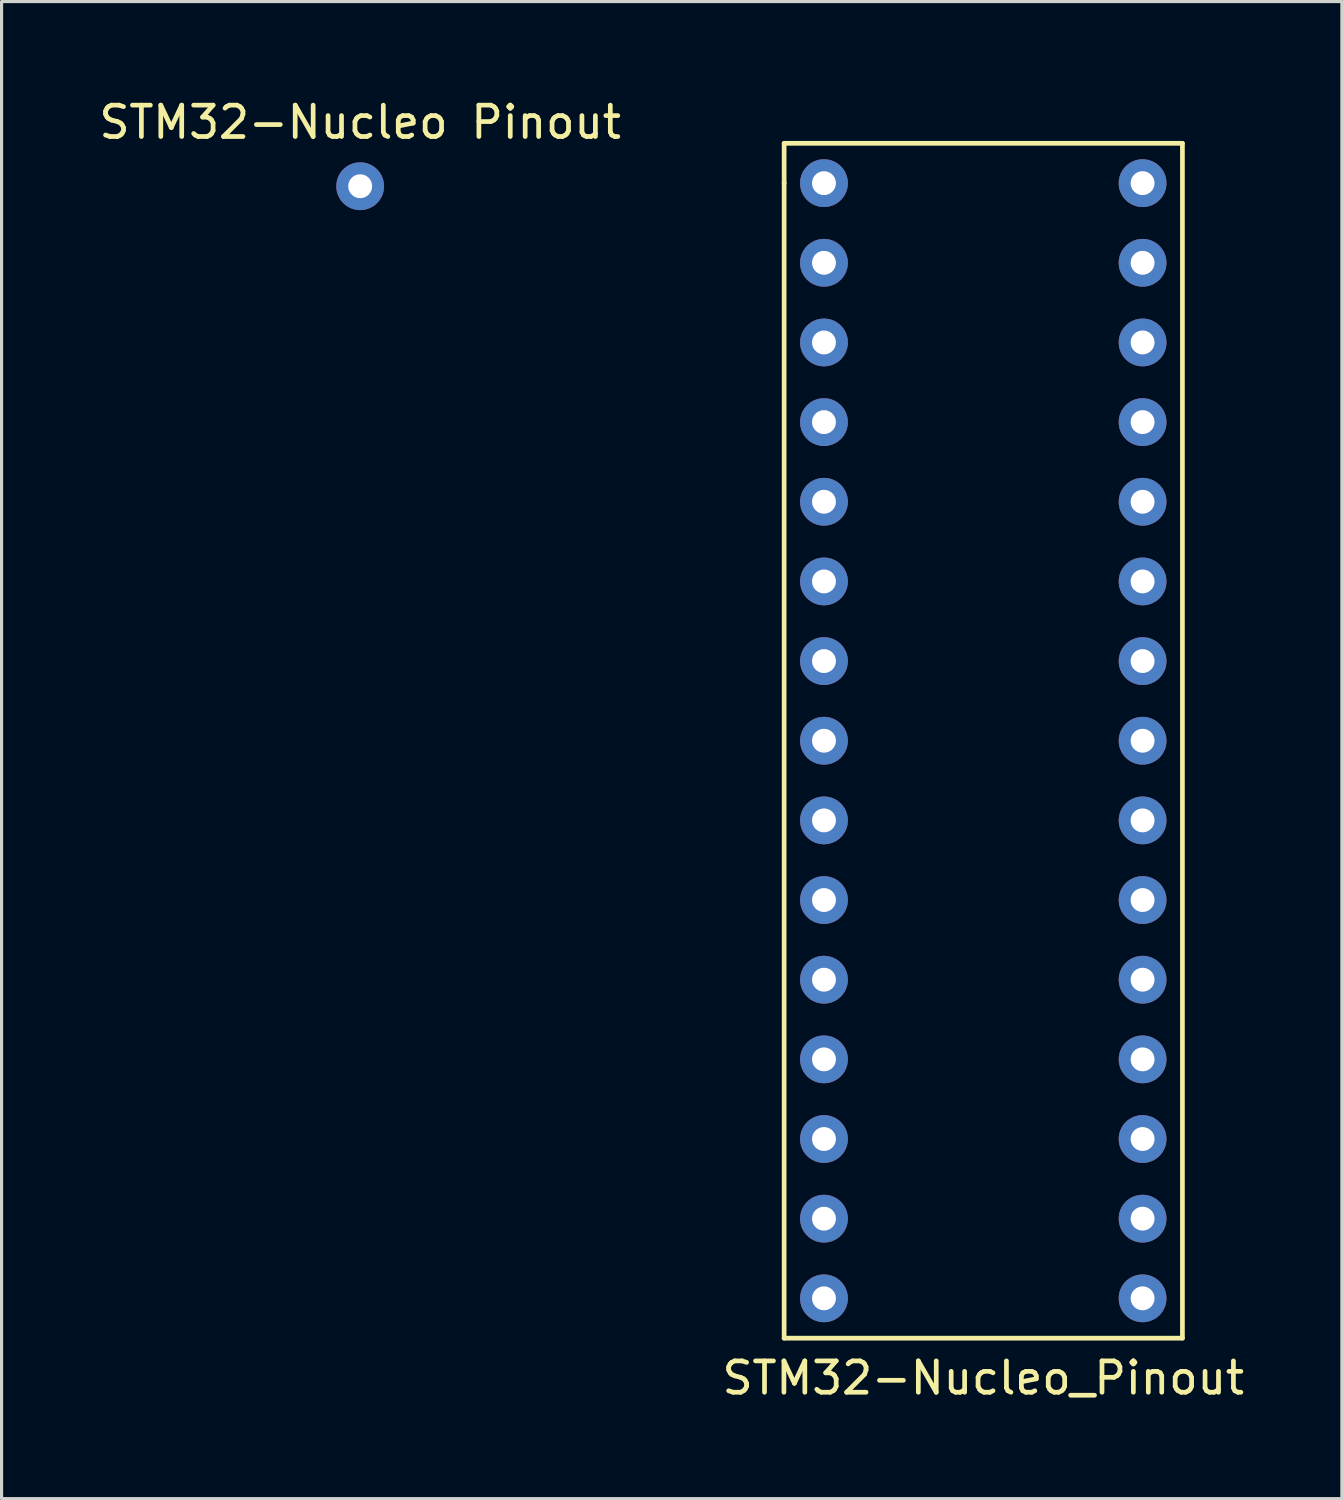
<source format=kicad_pcb>
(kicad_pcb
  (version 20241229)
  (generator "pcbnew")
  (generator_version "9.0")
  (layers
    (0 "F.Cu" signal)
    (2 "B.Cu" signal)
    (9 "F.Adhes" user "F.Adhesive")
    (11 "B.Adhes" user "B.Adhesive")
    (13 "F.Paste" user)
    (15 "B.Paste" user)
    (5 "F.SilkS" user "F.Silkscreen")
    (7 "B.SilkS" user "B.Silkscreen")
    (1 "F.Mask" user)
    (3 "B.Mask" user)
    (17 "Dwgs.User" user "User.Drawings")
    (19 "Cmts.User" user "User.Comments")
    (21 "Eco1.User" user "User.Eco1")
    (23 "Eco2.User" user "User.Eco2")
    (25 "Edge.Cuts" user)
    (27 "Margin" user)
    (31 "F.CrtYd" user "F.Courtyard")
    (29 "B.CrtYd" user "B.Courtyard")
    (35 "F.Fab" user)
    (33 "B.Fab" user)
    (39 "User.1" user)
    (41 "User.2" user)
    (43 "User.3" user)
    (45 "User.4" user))
  (footprint "STM32-Nucleo Pinout"
    (layer "F.Cu")
    (at 8.435 0.348)
    (property "Reference" "STM32-Nucleo Pinout" (at 0 0.5 0) (layer "F.SilkS") (effects (font (size 1 1) (thickness 0.15))))
    (attr through_hole)
    (pad "1" thru_hole circle (at 0 2.54) (size 1.524 1.524) (drill 0.762) (layers "*.Cu" "*.Mask")))
  (footprint "STM32-Nucleo_Pinout"
    (layer "F.Cu")
    (at 28.304 0.25)
    (property "Reference" "STM32-Nucleo_Pinout" (at 0 40.64 0) (layer "F.SilkS") (effects (font (size 1 1) (thickness 0.15))))
    (attr through_hole)
    (fp_line (start -6.35 1.27) (end 6.35 1.27) (stroke (width 0.15) (type solid)) (layer "F.SilkS"))
    (fp_line (start -6.35 2.54) (end -6.35 1.27) (stroke (width 0.15) (type solid)) (layer "F.SilkS"))
    (fp_line (start -6.35 2.54) (end -6.35 39.37) (stroke (width 0.15) (type solid)) (layer "F.SilkS"))
    (fp_line (start 6.35 1.27) (end 6.35 39.37) (stroke (width 0.15) (type solid)) (layer "F.SilkS"))
    (fp_line (start 6.35 39.37) (end -6.35 39.37) (stroke (width 0.15) (type solid)) (layer "F.SilkS"))
    (pad "1" thru_hole circle (at -5.08 2.54) (size 1.524 1.524) (drill 0.762) (layers "*.Cu" "*.Mask"))
    (pad "2" thru_hole circle (at -5.08 5.08) (size 1.524 1.524) (drill 0.762) (layers "*.Cu" "*.Mask"))
    (pad "3" thru_hole circle (at -5.08 7.62) (size 1.524 1.524) (drill 0.762) (layers "*.Cu" "*.Mask"))
    (pad "4" thru_hole circle (at -5.08 10.16) (size 1.524 1.524) (drill 0.762) (layers "*.Cu" "*.Mask"))
    (pad "5" thru_hole circle (at -5.08 12.7) (size 1.524 1.524) (drill 0.762) (layers "*.Cu" "*.Mask"))
    (pad "6" thru_hole circle (at -5.08 15.24) (size 1.524 1.524) (drill 0.762) (layers "*.Cu" "*.Mask"))
    (pad "7" thru_hole circle (at -5.08 17.78) (size 1.524 1.524) (drill 0.762) (layers "*.Cu" "*.Mask"))
    (pad "8" thru_hole circle (at -5.08 20.32) (size 1.524 1.524) (drill 0.762) (layers "*.Cu" "*.Mask"))
    (pad "9" thru_hole circle (at -5.08 22.86) (size 1.524 1.524) (drill 0.762) (layers "*.Cu" "*.Mask"))
    (pad "10" thru_hole circle (at -5.08 25.4) (size 1.524 1.524) (drill 0.762) (layers "*.Cu" "*.Mask"))
    (pad "11" thru_hole circle (at -5.08 27.94) (size 1.524 1.524) (drill 0.762) (layers "*.Cu" "*.Mask"))
    (pad "12" thru_hole circle (at -5.08 30.48) (size 1.524 1.524) (drill 0.762) (layers "*.Cu" "*.Mask"))
    (pad "13" thru_hole circle (at -5.08 33.02) (size 1.524 1.524) (drill 0.762) (layers "*.Cu" "*.Mask"))
    (pad "14" thru_hole circle (at -5.08 35.56) (size 1.524 1.524) (drill 0.762) (layers "*.Cu" "*.Mask"))
    (pad "15" thru_hole circle (at -5.08 38.1) (size 1.524 1.524) (drill 0.762) (layers "*.Cu" "*.Mask"))
    (pad "16" thru_hole circle (at 5.08 2.54) (size 1.524 1.524) (drill 0.762) (layers "*.Cu" "*.Mask"))
    (pad "17" thru_hole circle (at 5.08 5.08) (size 1.524 1.524) (drill 0.762) (layers "*.Cu" "*.Mask"))
    (pad "18" thru_hole circle (at 5.08 7.62) (size 1.524 1.524) (drill 0.762) (layers "*.Cu" "*.Mask"))
    (pad "19" thru_hole circle (at 5.08 10.16) (size 1.524 1.524) (drill 0.762) (layers "*.Cu" "*.Mask"))
    (pad "20" thru_hole circle (at 5.08 12.7) (size 1.524 1.524) (drill 0.762) (layers "*.Cu" "*.Mask"))
    (pad "21" thru_hole circle (at 5.08 15.24) (size 1.524 1.524) (drill 0.762) (layers "*.Cu" "*.Mask"))
    (pad "22" thru_hole circle (at 5.08 17.78) (size 1.524 1.524) (drill 0.762) (layers "*.Cu" "*.Mask"))
    (pad "23" thru_hole circle (at 5.08 20.32) (size 1.524 1.524) (drill 0.762) (layers "*.Cu" "*.Mask"))
    (pad "24" thru_hole circle (at 5.08 22.86) (size 1.524 1.524) (drill 0.762) (layers "*.Cu" "*.Mask"))
    (pad "25" thru_hole circle (at 5.08 25.4) (size 1.524 1.524) (drill 0.762) (layers "*.Cu" "*.Mask"))
    (pad "26" thru_hole circle (at 5.08 27.94) (size 1.524 1.524) (drill 0.762) (layers "*.Cu" "*.Mask"))
    (pad "27" thru_hole circle (at 5.08 30.48) (size 1.524 1.524) (drill 0.762) (layers "*.Cu" "*.Mask"))
    (pad "28" thru_hole circle (at 5.08 33.02) (size 1.524 1.524) (drill 0.762) (layers "*.Cu" "*.Mask"))
    (pad "29" thru_hole circle (at 5.08 35.56) (size 1.524 1.524) (drill 0.762) (layers "*.Cu" "*.Mask"))
    (pad "30" thru_hole circle (at 5.08 38.1) (size 1.524 1.524) (drill 0.762) (layers "*.Cu" "*.Mask")))
  (gr_rect
    (start -3 -3)
    (end 39.738 44.738)
    (stroke (width 0.1) (type default))
    (fill no)
    (layer "Edge.Cuts")))
</source>
